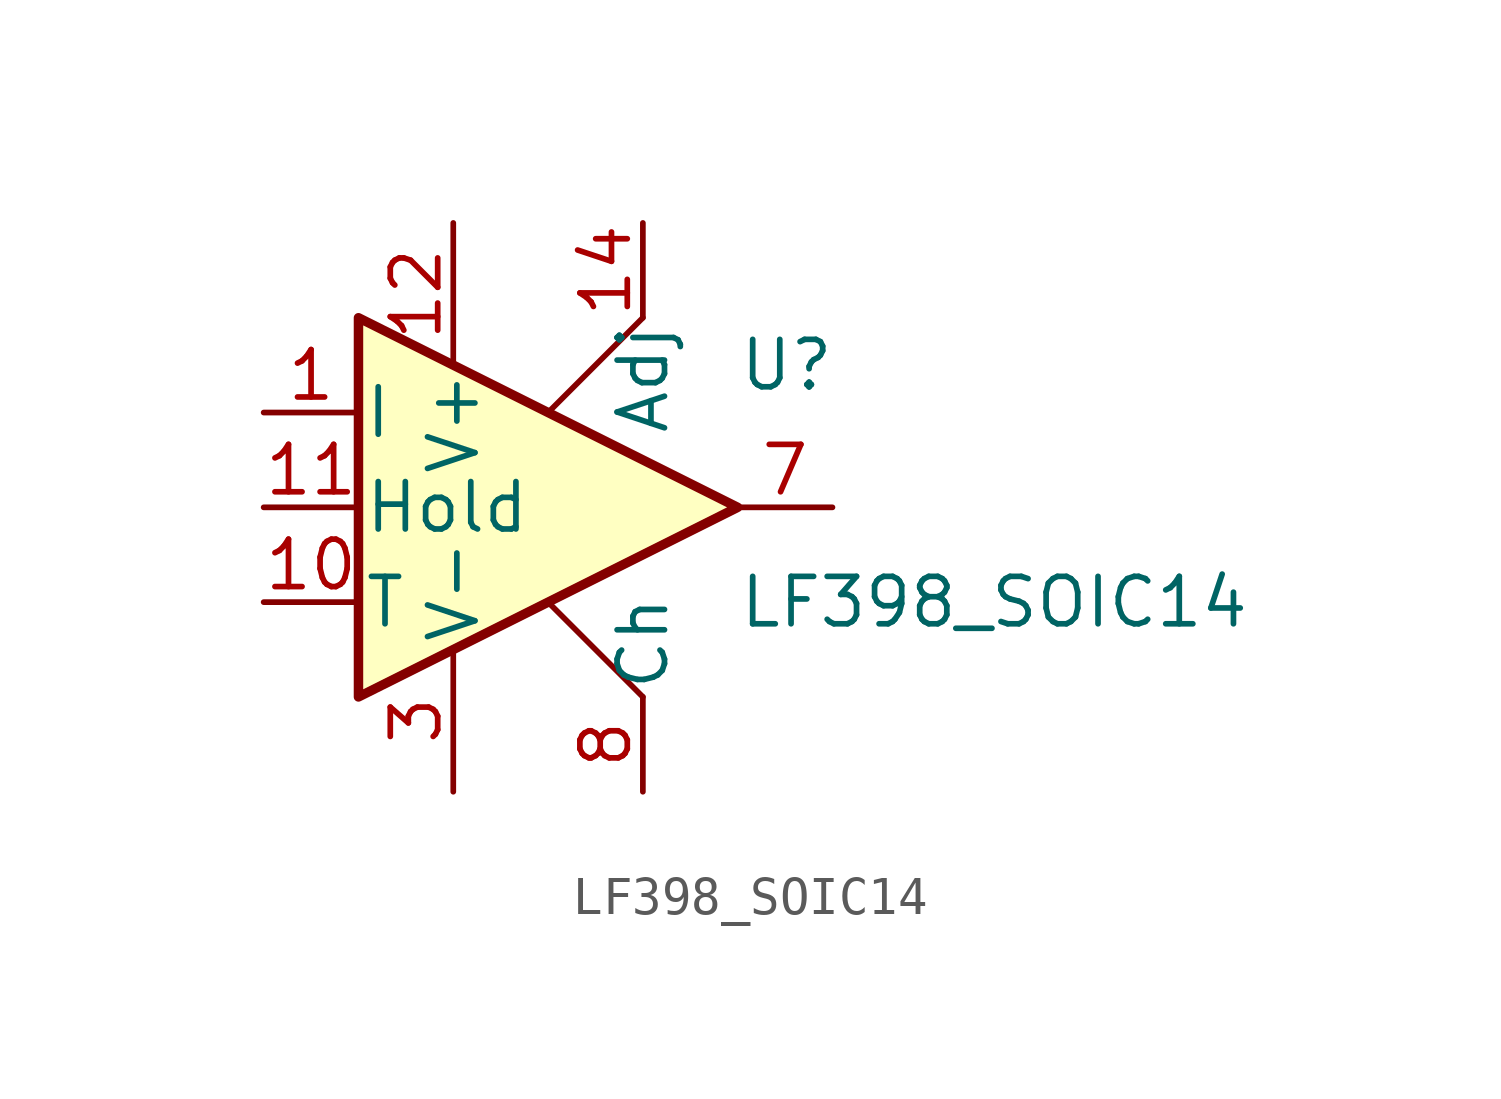
<source format=kicad_sym>
(kicad_symbol_lib
  (version 20200908)
  (generator kicad_symbol_editor)
  (symbol "Analog:LF398_SOIC14"
    (pin_names
      (offset 0.127))
    (property "Reference" "U"
      (at 5.08 3.81 0)
      (effects (font (size 1.27 1.27)) (justify left)))
    (property "Value" "LF398_SOIC14"
      (at 5.08 -2.54 0)
      (effects (font (size 1.27 1.27)) (justify left)))
    (symbol "LF398_SOIC14_0_1"
      (polyline (pts (xy 0 -2.54) (xy 2.54 -5.08)) (stroke (width 0)) (fill (type none)))
      (polyline (pts (xy 2.54 5.08) (xy 0 2.54)) (stroke (width 0)) (fill (type none)))
      (polyline (pts (xy -5.08 5.08) (xy 5.08 0) (xy -5.08 -5.08) (xy -5.08 5.08)) (stroke (width 0.254)) (fill (type background))))
    (symbol "LF398_SOIC14_1_1"
      (pin input line (at -7.62 2.54 0) (length 2.54) (name "I" (effects (font (size 1.27 1.27)))) (number "1" (effects (font (size 1.27 1.27)))))
      (pin passive line (at -7.62 -2.54 0) (length 2.54) (name "T" (effects (font (size 1.27 1.27)))) (number "10" (effects (font (size 1.27 1.27)))))
      (pin input line (at -7.62 0 0) (length 2.54) (name "Hold" (effects (font (size 1.27 1.27)))) (number "11" (effects (font (size 1.27 1.27)))))
      (pin passive line (at -2.54 7.62 270) (length 3.81) (name "V+" (effects (font (size 1.27 1.27)))) (number "12" (effects (font (size 1.27 1.27)))))
      (pin unconnected line (at 0 -2.54 90) (length 2.54) hide (name "NC" (effects (font (size 1.27 1.27)))) (number "13" (effects (font (size 1.27 1.27)))))
      (pin passive line (at 2.54 7.62 270) (length 2.54) (name "Adj" (effects (font (size 1.27 1.27)))) (number "14" (effects (font (size 1.27 1.27)))))
      (pin unconnected line (at -5.08 2.54 270) (length 2.54) hide (name "NC" (effects (font (size 1.27 1.27)))) (number "2" (effects (font (size 1.27 1.27)))))
      (pin passive line (at -2.54 -7.62 90) (length 3.81) (name "V-" (effects (font (size 1.27 1.27)))) (number "3" (effects (font (size 1.27 1.27)))))
      (pin unconnected line (at -2.54 2.54 270) (length 2.54) hide (name "NC" (effects (font (size 1.27 1.27)))) (number "4" (effects (font (size 1.27 1.27)))))
      (pin unconnected line (at -5.08 -2.54 90) (length 2.54) hide (name "NC" (effects (font (size 1.27 1.27)))) (number "5" (effects (font (size 1.27 1.27)))))
      (pin unconnected line (at -2.54 -2.54 90) (length 2.54) hide (name "NC" (effects (font (size 1.27 1.27)))) (number "6" (effects (font (size 1.27 1.27)))))
      (pin output line (at 7.62 0 180) (length 2.54) (name "~" (effects (font (size 1.27 1.27)))) (number "7" (effects (font (size 1.27 1.27)))))
      (pin passive line (at 2.54 -7.62 90) (length 2.54) (name "Ch" (effects (font (size 1.27 1.27)))) (number "8" (effects (font (size 1.27 1.27)))))
      (pin unconnected line (at 0 2.54 270) (length 2.54) hide (name "NC" (effects (font (size 1.27 1.27)))) (number "9" (effects (font (size 1.27 1.27))))))))
</source>
